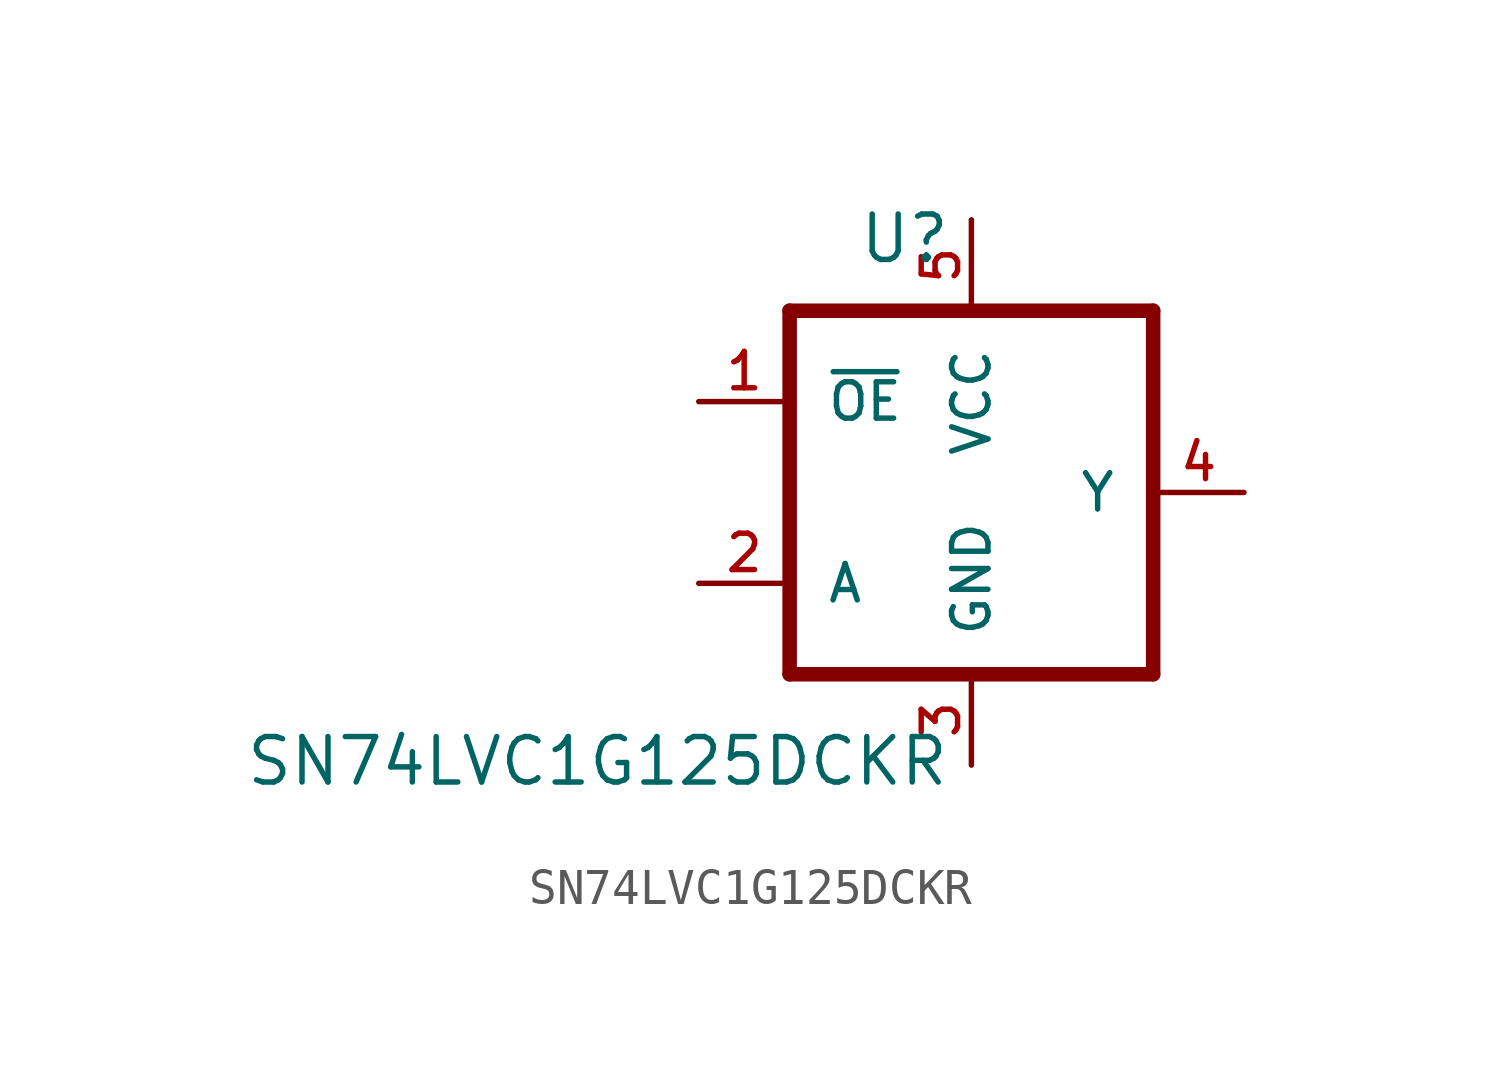
<source format=kicad_sym>
(kicad_symbol_lib
  (version 20231120)
  (generator "kicad_symbol_editor")
  (generator_version "8.0")
  (symbol "SN74LVC1G125DCKR"
    (pin_names
      (offset 1.016))
    (property "Reference" "U"
      (at -3.175 6.35 0)
      (effects (font (size 1.27 1.27)) (justify left bottom)))
    (property "Value" "SN74LVC1G125DCKR"
      (at -20.32 -8.255 0)
      (effects (font (size 1.27 1.27)) (justify left bottom)))
    (property "ki_locked" ""
      (at 0 0 0)
      (effects (font (size 1.27 1.27))))
    (symbol "SN74LVC1G125DCKR_0_0"
      (polyline (pts (xy -5.08 -5.08) (xy 5.08 -5.08)) (stroke (width 0.406) (type default)) (fill (type none)))
      (polyline (pts (xy -5.08 5.08) (xy -5.08 -5.08)) (stroke (width 0.406) (type default)) (fill (type none)))
      (polyline (pts (xy 5.08 -5.08) (xy 5.08 5.08)) (stroke (width 0.406) (type default)) (fill (type none)))
      (polyline (pts (xy 5.08 5.08) (xy -5.08 5.08)) (stroke (width 0.406) (type default)) (fill (type none)))
      (pin input line (at -7.62 2.54 0) (length 2.54) (name "~{OE}" (effects (font (size 1.016 1.016)))) (number "1" (effects (font (size 1.016 1.016)))))
      (pin input line (at -7.62 -2.54 0) (length 2.54) (name "A" (effects (font (size 1.016 1.016)))) (number "2" (effects (font (size 1.016 1.016)))))
      (pin passive line (at 0 -7.62 90) (length 2.54) (name "GND" (effects (font (size 1.016 1.016)))) (number "3" (effects (font (size 1.016 1.016)))))
      (pin output line (at 7.62 0 180) (length 2.54) (name "Y" (effects (font (size 1.016 1.016)))) (number "4" (effects (font (size 1.016 1.016))))))
    (symbol "SN74LVC1G125DCKR_1_0"
      (pin power_in line (at 0 7.62 270) (length 2.54) (name "VCC" (effects (font (size 1.016 1.016)))) (number "5" (effects (font (size 1.016 1.016))))))))
</source>
